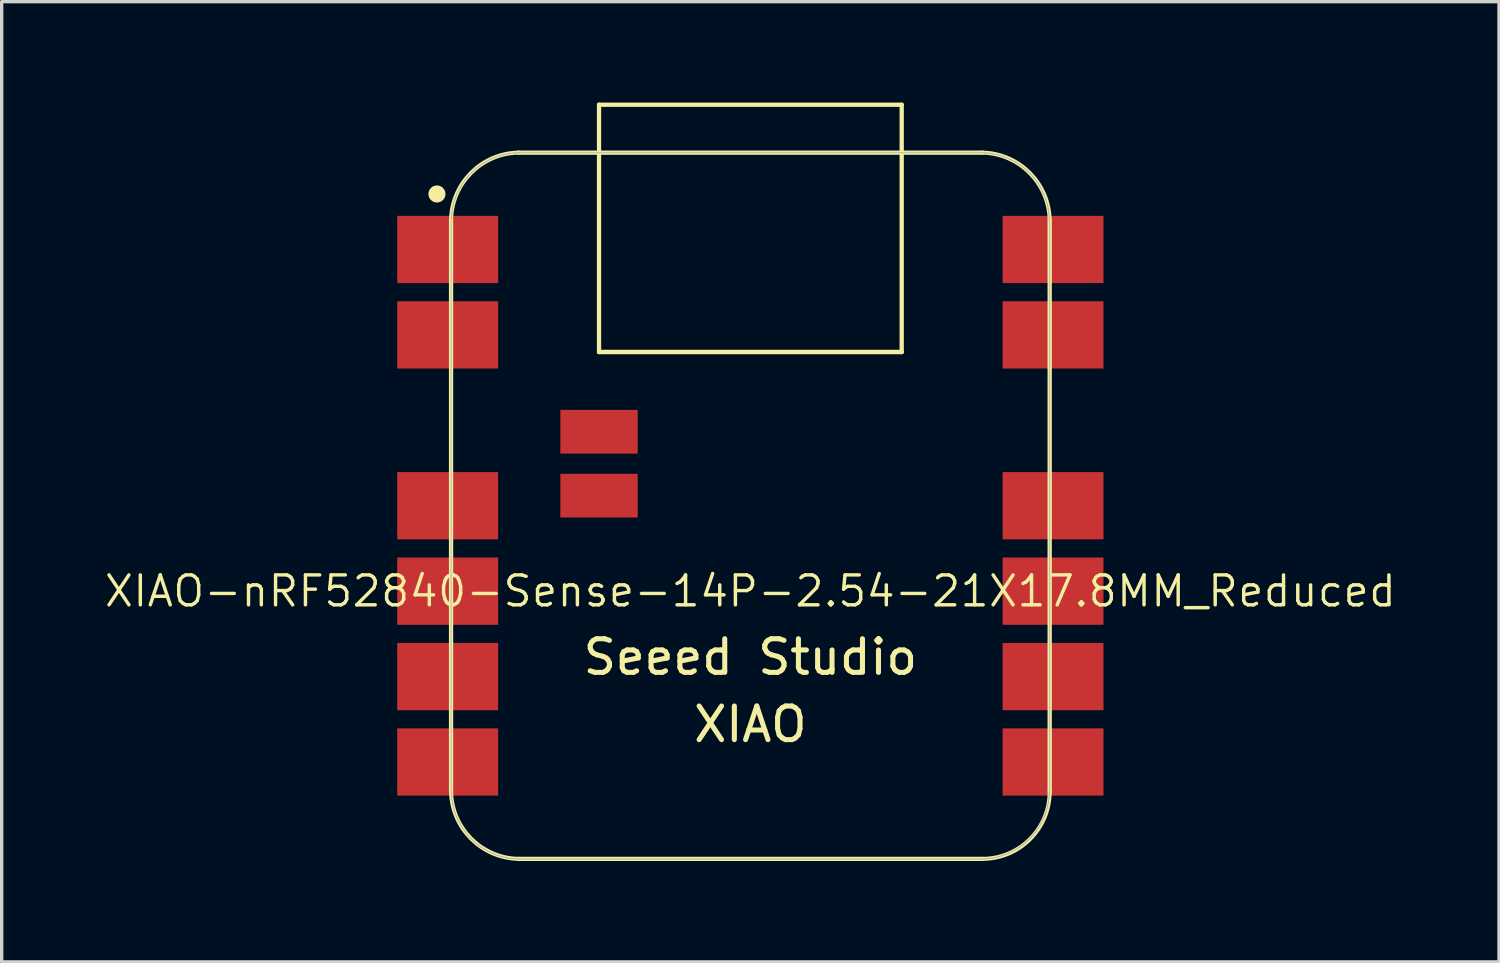
<source format=kicad_pcb>
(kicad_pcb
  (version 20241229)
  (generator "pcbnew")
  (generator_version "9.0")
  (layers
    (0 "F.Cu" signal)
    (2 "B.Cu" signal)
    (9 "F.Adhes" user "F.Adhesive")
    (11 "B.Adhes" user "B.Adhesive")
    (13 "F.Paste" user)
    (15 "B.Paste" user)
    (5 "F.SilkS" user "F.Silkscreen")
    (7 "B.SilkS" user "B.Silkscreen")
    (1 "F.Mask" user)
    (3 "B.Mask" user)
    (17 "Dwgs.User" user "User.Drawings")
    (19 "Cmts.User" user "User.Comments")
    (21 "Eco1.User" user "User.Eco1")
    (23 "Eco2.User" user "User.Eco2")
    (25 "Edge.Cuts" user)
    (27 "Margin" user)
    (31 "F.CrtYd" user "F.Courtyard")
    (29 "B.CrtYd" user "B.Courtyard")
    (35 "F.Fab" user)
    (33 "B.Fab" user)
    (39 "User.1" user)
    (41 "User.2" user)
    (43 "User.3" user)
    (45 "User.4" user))
  (footprint "XIAO-nRF52840-Sense-14P-2.54-21X17.8MM_Reduced"
    (layer "F.Cu")
    (at 19.262 11.988)
    (property "Reference" "XIAO-nRF52840-Sense-14P-2.54-21X17.8MM_Reduced" (at 0 2.54 0) (layer "F.SilkS") (effects (font (size 0.889 0.889) (thickness 0.102))))
    (attr smd)
    (fp_line (start -8.9 -8.5) (end -8.9 8.5) (stroke (width 0.127) (type solid)) (layer "F.SilkS"))
    (fp_line (start -6.9 10.5) (end 6.9 10.5) (stroke (width 0.127) (type solid)) (layer "F.SilkS"))
    (fp_line (start -4.5 -11.924) (end 4.5 -11.924) (stroke (width 0.127) (type solid)) (layer "F.SilkS"))
    (fp_line (start -4.5 -4.571) (end -4.5 -11.924) (stroke (width 0.127) (type solid)) (layer "F.SilkS"))
    (fp_line (start 4.5 -11.924) (end 4.5 -4.571) (stroke (width 0.127) (type solid)) (layer "F.SilkS"))
    (fp_line (start 4.5 -4.571) (end -4.5 -4.571) (stroke (width 0.127) (type solid)) (layer "F.SilkS"))
    (fp_line (start 4.5 -4.571) (end -4.5 -4.571) (stroke (width 0.127) (type solid)) (layer "F.SilkS"))
    (fp_line (start 6.9 -10.499) (end -6.9 -10.499) (stroke (width 0.127) (type solid)) (layer "F.SilkS"))
    (fp_line (start 8.9 8.5) (end 8.9 -8.5) (stroke (width 0.127) (type solid)) (layer "F.SilkS"))
    (fp_arc (start -8.9 -8.5) (mid -8.301491 -9.901491) (end -6.9 -10.5) (stroke (width 0.12) (type solid)) (layer "F.SilkS"))
    (fp_arc (start -6.9 10.5) (mid -8.301423 9.901423) (end -8.9 8.5) (stroke (width 0.12) (type solid)) (layer "F.SilkS"))
    (fp_arc (start 6.9 -10.5) (mid 8.301491 -9.901491) (end 8.9 -8.5) (stroke (width 0.12) (type solid)) (layer "F.SilkS"))
    (fp_arc (start 8.9 8.5) (mid 8.314214 9.914214) (end 6.9 10.5) (stroke (width 0.12) (type solid)) (layer "F.SilkS"))
    (fp_circle (center -9.32 -9.27) (end -9.32 -9.524) (stroke (width 0) (type solid)) (fill yes) (layer "F.SilkS"))
    (fp_poly (pts (xy -8.888 -8.562) (xy -8.885 -8.61) (xy -8.881 -8.659)) (stroke (width 0.025) (type solid)) (fill no) (layer "F.SilkS"))
    (fp_poly (pts (xy 8.889 8.522) (xy 8.888 8.571) (xy 8.885 8.62) (xy 8.881 8.669) (xy 8.875 8.717) (xy 8.869 8.766) (xy 8.861 8.815) (xy 8.852 8.863) (xy 8.842 8.911)) (stroke (width 0.025) (type solid)) (fill no) (layer "F.SilkS"))
    (fp_line (start -8.9 -8.463) (end -8.9 8.473) (stroke (width 0.025) (type solid)) (layer "F.Fab"))
    (fp_line (start -8.89 8.473) (end -8.889 8.522) (stroke (width 0.025) (type solid)) (layer "F.Fab"))
    (fp_line (start -8.889 8.522) (end -8.888 8.571) (stroke (width 0.025) (type solid)) (layer "F.Fab"))
    (fp_line (start -8.888 -8.562) (end -8.889 -8.512) (stroke (width 0.025) (type solid)) (layer "F.Fab"))
    (fp_line (start -8.888 8.571) (end -8.885 8.62) (stroke (width 0.025) (type solid)) (layer "F.Fab"))
    (fp_line (start -8.885 -8.61) (end -8.888 -8.562) (stroke (width 0.025) (type solid)) (layer "F.Fab"))
    (fp_line (start -8.885 8.62) (end -8.881 8.669) (stroke (width 0.025) (type solid)) (layer "F.Fab"))
    (fp_line (start -8.881 -8.659) (end -8.885 -8.61) (stroke (width 0.025) (type solid)) (layer "F.Fab"))
    (fp_line (start -8.881 8.669) (end -8.875 8.717) (stroke (width 0.025) (type solid)) (layer "F.Fab"))
    (fp_line (start -8.875 -8.708) (end -8.881 -8.659) (stroke (width 0.025) (type solid)) (layer "F.Fab"))
    (fp_line (start -8.875 8.717) (end -8.869 8.766) (stroke (width 0.025) (type solid)) (layer "F.Fab"))
    (fp_line (start -8.869 -8.757) (end -8.875 -8.708) (stroke (width 0.025) (type solid)) (layer "F.Fab"))
    (fp_line (start -8.869 8.766) (end -8.861 8.815) (stroke (width 0.025) (type solid)) (layer "F.Fab"))
    (fp_line (start -8.861 -8.806) (end -8.869 -8.757) (stroke (width 0.025) (type solid)) (layer "F.Fab"))
    (fp_line (start -8.861 8.815) (end -8.852 8.863) (stroke (width 0.025) (type solid)) (layer "F.Fab"))
    (fp_line (start -8.852 -8.854) (end -8.861 -8.806) (stroke (width 0.025) (type solid)) (layer "F.Fab"))
    (fp_line (start -8.852 8.863) (end -8.842 8.911) (stroke (width 0.025) (type solid)) (layer "F.Fab"))
    (fp_line (start -8.842 -8.902) (end -8.852 -8.854) (stroke (width 0.025) (type solid)) (layer "F.Fab"))
    (fp_line (start -8.842 8.911) (end -8.831 8.959) (stroke (width 0.025) (type solid)) (layer "F.Fab"))
    (fp_line (start -8.831 -8.95) (end -8.842 -8.902) (stroke (width 0.025) (type solid)) (layer "F.Fab"))
    (fp_line (start -8.831 8.959) (end -8.819 9.006) (stroke (width 0.025) (type solid)) (layer "F.Fab"))
    (fp_line (start -8.819 -8.997) (end -8.831 -8.95) (stroke (width 0.025) (type solid)) (layer "F.Fab"))
    (fp_line (start -8.819 9.006) (end -8.805 9.054) (stroke (width 0.025) (type solid)) (layer "F.Fab"))
    (fp_line (start -8.805 -9.045) (end -8.819 -8.997) (stroke (width 0.025) (type solid)) (layer "F.Fab"))
    (fp_line (start -8.805 9.054) (end -8.79 9.1) (stroke (width 0.025) (type solid)) (layer "F.Fab"))
    (fp_line (start -8.79 -9.091) (end -8.805 -9.045) (stroke (width 0.025) (type solid)) (layer "F.Fab"))
    (fp_line (start -8.79 9.1) (end -8.775 9.147) (stroke (width 0.025) (type solid)) (layer "F.Fab"))
    (fp_line (start -8.775 -9.138) (end -8.79 -9.091) (stroke (width 0.025) (type solid)) (layer "F.Fab"))
    (fp_line (start -8.775 9.147) (end -8.758 9.193) (stroke (width 0.025) (type solid)) (layer "F.Fab"))
    (fp_line (start -8.758 -9.184) (end -8.775 -9.138) (stroke (width 0.025) (type solid)) (layer "F.Fab"))
    (fp_line (start -8.758 9.193) (end -8.74 9.239) (stroke (width 0.025) (type solid)) (layer "F.Fab"))
    (fp_line (start -8.74 -9.23) (end -8.758 -9.184) (stroke (width 0.025) (type solid)) (layer "F.Fab"))
    (fp_line (start -8.74 9.239) (end -8.721 9.284) (stroke (width 0.025) (type solid)) (layer "F.Fab"))
    (fp_line (start -8.721 -9.275) (end -8.74 -9.23) (stroke (width 0.025) (type solid)) (layer "F.Fab"))
    (fp_line (start -8.721 9.284) (end -8.701 9.329) (stroke (width 0.025) (type solid)) (layer "F.Fab"))
    (fp_line (start -8.701 -9.32) (end -8.721 -9.275) (stroke (width 0.025) (type solid)) (layer "F.Fab"))
    (fp_line (start -8.701 9.329) (end -8.679 9.373) (stroke (width 0.025) (type solid)) (layer "F.Fab"))
    (fp_line (start -8.679 -9.364) (end -8.701 -9.32) (stroke (width 0.025) (type solid)) (layer "F.Fab"))
    (fp_line (start -8.679 9.373) (end -8.657 9.417) (stroke (width 0.025) (type solid)) (layer "F.Fab"))
    (fp_line (start -8.657 -9.408) (end -8.679 -9.364) (stroke (width 0.025) (type solid)) (layer "F.Fab"))
    (fp_line (start -8.657 9.417) (end -8.634 9.46) (stroke (width 0.025) (type solid)) (layer "F.Fab"))
    (fp_line (start -8.634 -9.451) (end -8.657 -9.408) (stroke (width 0.025) (type solid)) (layer "F.Fab"))
    (fp_line (start -8.634 9.46) (end -8.61 9.503) (stroke (width 0.025) (type solid)) (layer "F.Fab"))
    (fp_line (start -8.61 -9.494) (end -8.634 -9.451) (stroke (width 0.025) (type solid)) (layer "F.Fab"))
    (fp_line (start -8.61 9.503) (end -8.584 9.545) (stroke (width 0.025) (type solid)) (layer "F.Fab"))
    (fp_line (start -8.584 -9.536) (end -8.61 -9.494) (stroke (width 0.025) (type solid)) (layer "F.Fab"))
    (fp_line (start -8.584 9.545) (end -8.558 9.586) (stroke (width 0.025) (type solid)) (layer "F.Fab"))
    (fp_line (start -8.558 -9.577) (end -8.584 -9.536) (stroke (width 0.025) (type solid)) (layer "F.Fab"))
    (fp_line (start -8.558 9.586) (end -8.53 9.627) (stroke (width 0.025) (type solid)) (layer "F.Fab"))
    (fp_line (start -8.53 -9.618) (end -8.558 -9.577) (stroke (width 0.025) (type solid)) (layer "F.Fab"))
    (fp_line (start -8.53 9.627) (end -8.502 9.667) (stroke (width 0.025) (type solid)) (layer "F.Fab"))
    (fp_line (start -8.502 -9.658) (end -8.53 -9.618) (stroke (width 0.025) (type solid)) (layer "F.Fab"))
    (fp_line (start -8.502 9.667) (end -8.473 9.706) (stroke (width 0.025) (type solid)) (layer "F.Fab"))
    (fp_line (start -8.473 -9.697) (end -8.502 -9.658) (stroke (width 0.025) (type solid)) (layer "F.Fab"))
    (fp_line (start -8.473 9.706) (end -8.442 9.745) (stroke (width 0.025) (type solid)) (layer "F.Fab"))
    (fp_line (start -8.442 -9.736) (end -8.473 -9.697) (stroke (width 0.025) (type solid)) (layer "F.Fab"))
    (fp_line (start -8.442 9.745) (end -8.411 9.783) (stroke (width 0.025) (type solid)) (layer "F.Fab"))
    (fp_line (start -8.411 -9.774) (end -8.442 -9.736) (stroke (width 0.025) (type solid)) (layer "F.Fab"))
    (fp_line (start -8.411 9.783) (end -8.379 9.82) (stroke (width 0.025) (type solid)) (layer "F.Fab"))
    (fp_line (start -8.379 -9.811) (end -8.411 -9.774) (stroke (width 0.025) (type solid)) (layer "F.Fab"))
    (fp_line (start -8.379 9.82) (end -8.346 9.856) (stroke (width 0.025) (type solid)) (layer "F.Fab"))
    (fp_line (start -8.346 -9.847) (end -8.379 -9.811) (stroke (width 0.025) (type solid)) (layer "F.Fab"))
    (fp_line (start -8.346 9.856) (end -8.312 9.892) (stroke (width 0.025) (type solid)) (layer "F.Fab"))
    (fp_line (start -8.312 -9.883) (end -8.346 -9.847) (stroke (width 0.025) (type solid)) (layer "F.Fab"))
    (fp_line (start -8.312 9.892) (end -8.277 9.927) (stroke (width 0.025) (type solid)) (layer "F.Fab"))
    (fp_line (start -8.277 -9.918) (end -8.312 -9.883) (stroke (width 0.025) (type solid)) (layer "F.Fab"))
    (fp_line (start -8.277 9.927) (end -8.242 9.96) (stroke (width 0.025) (type solid)) (layer "F.Fab"))
    (fp_line (start -8.242 -9.951) (end -8.277 -9.918) (stroke (width 0.025) (type solid)) (layer "F.Fab"))
    (fp_line (start -8.242 9.96) (end -8.205 9.994) (stroke (width 0.025) (type solid)) (layer "F.Fab"))
    (fp_line (start -8.205 -9.984) (end -8.242 -9.951) (stroke (width 0.025) (type solid)) (layer "F.Fab"))
    (fp_line (start -8.205 9.994) (end -8.168 10.026) (stroke (width 0.025) (type solid)) (layer "F.Fab"))
    (fp_line (start -8.168 -10.017) (end -8.205 -9.984) (stroke (width 0.025) (type solid)) (layer "F.Fab"))
    (fp_line (start -8.168 10.026) (end -8.13 10.057) (stroke (width 0.025) (type solid)) (layer "F.Fab"))
    (fp_line (start -8.13 -10.048) (end -8.168 -10.017) (stroke (width 0.025) (type solid)) (layer "F.Fab"))
    (fp_line (start -8.13 10.057) (end -8.092 10.087) (stroke (width 0.025) (type solid)) (layer "F.Fab"))
    (fp_line (start -8.092 -10.078) (end -8.13 -10.048) (stroke (width 0.025) (type solid)) (layer "F.Fab"))
    (fp_line (start -8.092 10.087) (end -8.052 10.116) (stroke (width 0.025) (type solid)) (layer "F.Fab"))
    (fp_line (start -8.052 -10.107) (end -8.092 -10.078) (stroke (width 0.025) (type solid)) (layer "F.Fab"))
    (fp_line (start -8.052 10.116) (end -8.012 10.145) (stroke (width 0.025) (type solid)) (layer "F.Fab"))
    (fp_line (start -8.012 -10.136) (end -8.052 -10.107) (stroke (width 0.025) (type solid)) (layer "F.Fab"))
    (fp_line (start -8.012 10.145) (end -7.972 10.172) (stroke (width 0.025) (type solid)) (layer "F.Fab"))
    (fp_line (start -7.972 -10.163) (end -8.012 -10.136) (stroke (width 0.025) (type solid)) (layer "F.Fab"))
    (fp_line (start -7.972 10.172) (end -7.93 10.199) (stroke (width 0.025) (type solid)) (layer "F.Fab"))
    (fp_line (start -7.93 -10.19) (end -7.972 -10.163) (stroke (width 0.025) (type solid)) (layer "F.Fab"))
    (fp_line (start -7.93 10.199) (end -7.888 10.224) (stroke (width 0.025) (type solid)) (layer "F.Fab"))
    (fp_line (start -7.888 -10.215) (end -7.93 -10.19) (stroke (width 0.025) (type solid)) (layer "F.Fab"))
    (fp_line (start -7.888 10.224) (end -7.846 10.249) (stroke (width 0.025) (type solid)) (layer "F.Fab"))
    (fp_line (start -7.846 -10.239) (end -7.888 -10.215) (stroke (width 0.025) (type solid)) (layer "F.Fab"))
    (fp_line (start -7.846 10.249) (end -7.802 10.272) (stroke (width 0.025) (type solid)) (layer "F.Fab"))
    (fp_line (start -7.802 -10.263) (end -7.846 -10.239) (stroke (width 0.025) (type solid)) (layer "F.Fab"))
    (fp_line (start -7.802 10.272) (end -7.759 10.294) (stroke (width 0.025) (type solid)) (layer "F.Fab"))
    (fp_line (start -7.759 -10.285) (end -7.802 -10.263) (stroke (width 0.025) (type solid)) (layer "F.Fab"))
    (fp_line (start -7.759 10.294) (end -7.714 10.315) (stroke (width 0.025) (type solid)) (layer "F.Fab"))
    (fp_line (start -7.714 -10.306) (end -7.759 -10.285) (stroke (width 0.025) (type solid)) (layer "F.Fab"))
    (fp_line (start -7.714 10.315) (end -7.67 10.335) (stroke (width 0.025) (type solid)) (layer "F.Fab"))
    (fp_line (start -7.67 -10.326) (end -7.714 -10.306) (stroke (width 0.025) (type solid)) (layer "F.Fab"))
    (fp_line (start -7.67 10.335) (end -7.624 10.354) (stroke (width 0.025) (type solid)) (layer "F.Fab"))
    (fp_line (start -7.624 -10.345) (end -7.67 -10.326) (stroke (width 0.025) (type solid)) (layer "F.Fab"))
    (fp_line (start -7.624 10.354) (end -7.579 10.372) (stroke (width 0.025) (type solid)) (layer "F.Fab"))
    (fp_line (start -7.579 -10.363) (end -7.624 -10.345) (stroke (width 0.025) (type solid)) (layer "F.Fab"))
    (fp_line (start -7.579 10.372) (end -7.532 10.389) (stroke (width 0.025) (type solid)) (layer "F.Fab"))
    (fp_line (start -7.532 -10.38) (end -7.579 -10.363) (stroke (width 0.025) (type solid)) (layer "F.Fab"))
    (fp_line (start -7.532 10.389) (end -7.486 10.405) (stroke (width 0.025) (type solid)) (layer "F.Fab"))
    (fp_line (start -7.486 -10.396) (end -7.532 -10.38) (stroke (width 0.025) (type solid)) (layer "F.Fab"))
    (fp_line (start -7.486 10.405) (end -7.439 10.42) (stroke (width 0.025) (type solid)) (layer "F.Fab"))
    (fp_line (start -7.439 -10.411) (end -7.486 -10.396) (stroke (width 0.025) (type solid)) (layer "F.Fab"))
    (fp_line (start -7.439 10.42) (end -7.392 10.433) (stroke (width 0.025) (type solid)) (layer "F.Fab"))
    (fp_line (start -7.392 -10.424) (end -7.439 -10.411) (stroke (width 0.025) (type solid)) (layer "F.Fab"))
    (fp_line (start -7.392 10.433) (end -7.344 10.446) (stroke (width 0.025) (type solid)) (layer "F.Fab"))
    (fp_line (start -7.344 -10.436) (end -7.392 -10.424) (stroke (width 0.025) (type solid)) (layer "F.Fab"))
    (fp_line (start -7.344 10.446) (end -7.296 10.457) (stroke (width 0.025) (type solid)) (layer "F.Fab"))
    (fp_line (start -7.296 -10.448) (end -7.344 -10.436) (stroke (width 0.025) (type solid)) (layer "F.Fab"))
    (fp_line (start -7.296 10.457) (end -7.248 10.467) (stroke (width 0.025) (type solid)) (layer "F.Fab"))
    (fp_line (start -7.248 -10.458) (end -7.296 -10.448) (stroke (width 0.025) (type solid)) (layer "F.Fab"))
    (fp_line (start -7.248 10.467) (end -7.2 10.476) (stroke (width 0.025) (type solid)) (layer "F.Fab"))
    (fp_line (start -7.2 -10.466) (end -7.248 -10.458) (stroke (width 0.025) (type solid)) (layer "F.Fab"))
    (fp_line (start -7.2 10.476) (end -7.152 10.483) (stroke (width 0.025) (type solid)) (layer "F.Fab"))
    (fp_line (start -7.152 -10.474) (end -7.2 -10.466) (stroke (width 0.025) (type solid)) (layer "F.Fab"))
    (fp_line (start -7.152 10.483) (end -7.103 10.49) (stroke (width 0.025) (type solid)) (layer "F.Fab"))
    (fp_line (start -7.103 -10.481) (end -7.152 -10.474) (stroke (width 0.025) (type solid)) (layer "F.Fab"))
    (fp_line (start -7.103 10.49) (end -7.054 10.495) (stroke (width 0.025) (type solid)) (layer "F.Fab"))
    (fp_line (start -7.054 -10.486) (end -7.103 -10.481) (stroke (width 0.025) (type solid)) (layer "F.Fab"))
    (fp_line (start -7.054 10.495) (end -7.005 10.499) (stroke (width 0.025) (type solid)) (layer "F.Fab"))
    (fp_line (start -7.005 -10.49) (end -7.054 -10.486) (stroke (width 0.025) (type solid)) (layer "F.Fab"))
    (fp_line (start -7.005 10.499) (end -6.956 10.502) (stroke (width 0.025) (type solid)) (layer "F.Fab"))
    (fp_line (start -6.956 -10.493) (end -7.005 -10.49) (stroke (width 0.025) (type solid)) (layer "F.Fab"))
    (fp_line (start -6.956 10.502) (end -6.907 10.504) (stroke (width 0.025) (type solid)) (layer "F.Fab"))
    (fp_line (start -6.907 -10.495) (end -6.956 -10.493) (stroke (width 0.025) (type solid)) (layer "F.Fab"))
    (fp_line (start -6.907 10.504) (end -6.858 10.505) (stroke (width 0.025) (type solid)) (layer "F.Fab"))
    (fp_line (start -6.858 -10.495) (end -6.907 -10.495) (stroke (width 0.025) (type solid)) (layer "F.Fab"))
    (fp_line (start -6.858 10.505) (end 6.858 10.505) (stroke (width 0.025) (type solid)) (layer "F.Fab"))
    (fp_line (start 6.858 -10.495) (end -6.858 -10.495) (stroke (width 0.025) (type solid)) (layer "F.Fab"))
    (fp_line (start 6.858 10.505) (end 6.907 10.504) (stroke (width 0.025) (type solid)) (layer "F.Fab"))
    (fp_line (start 6.907 -10.495) (end 6.858 -10.495) (stroke (width 0.025) (type solid)) (layer "F.Fab"))
    (fp_line (start 6.907 10.504) (end 6.956 10.502) (stroke (width 0.025) (type solid)) (layer "F.Fab"))
    (fp_line (start 6.956 -10.493) (end 6.907 -10.495) (stroke (width 0.025) (type solid)) (layer "F.Fab"))
    (fp_line (start 6.956 10.502) (end 7.005 10.499) (stroke (width 0.025) (type solid)) (layer "F.Fab"))
    (fp_line (start 7.005 -10.49) (end 6.956 -10.493) (stroke (width 0.025) (type solid)) (layer "F.Fab"))
    (fp_line (start 7.005 10.499) (end 7.054 10.495) (stroke (width 0.025) (type solid)) (layer "F.Fab"))
    (fp_line (start 7.054 -10.486) (end 7.005 -10.49) (stroke (width 0.025) (type solid)) (layer "F.Fab"))
    (fp_line (start 7.054 10.495) (end 7.103 10.49) (stroke (width 0.025) (type solid)) (layer "F.Fab"))
    (fp_line (start 7.103 -10.481) (end 7.054 -10.486) (stroke (width 0.025) (type solid)) (layer "F.Fab"))
    (fp_line (start 7.103 10.49) (end 7.152 10.483) (stroke (width 0.025) (type solid)) (layer "F.Fab"))
    (fp_line (start 7.152 -10.474) (end 7.103 -10.481) (stroke (width 0.025) (type solid)) (layer "F.Fab"))
    (fp_line (start 7.152 10.483) (end 7.2 10.476) (stroke (width 0.025) (type solid)) (layer "F.Fab"))
    (fp_line (start 7.2 -10.466) (end 7.152 -10.474) (stroke (width 0.025) (type solid)) (layer "F.Fab"))
    (fp_line (start 7.2 10.476) (end 7.248 10.467) (stroke (width 0.025) (type solid)) (layer "F.Fab"))
    (fp_line (start 7.248 -10.458) (end 7.2 -10.466) (stroke (width 0.025) (type solid)) (layer "F.Fab"))
    (fp_line (start 7.248 10.467) (end 7.296 10.457) (stroke (width 0.025) (type solid)) (layer "F.Fab"))
    (fp_line (start 7.296 -10.448) (end 7.248 -10.458) (stroke (width 0.025) (type solid)) (layer "F.Fab"))
    (fp_line (start 7.296 10.457) (end 7.344 10.446) (stroke (width 0.025) (type solid)) (layer "F.Fab"))
    (fp_line (start 7.344 -10.436) (end 7.296 -10.448) (stroke (width 0.025) (type solid)) (layer "F.Fab"))
    (fp_line (start 7.344 10.446) (end 7.392 10.433) (stroke (width 0.025) (type solid)) (layer "F.Fab"))
    (fp_line (start 7.392 -10.424) (end 7.344 -10.436) (stroke (width 0.025) (type solid)) (layer "F.Fab"))
    (fp_line (start 7.392 10.433) (end 7.439 10.42) (stroke (width 0.025) (type solid)) (layer "F.Fab"))
    (fp_line (start 7.439 -10.411) (end 7.392 -10.424) (stroke (width 0.025) (type solid)) (layer "F.Fab"))
    (fp_line (start 7.439 10.42) (end 7.486 10.405) (stroke (width 0.025) (type solid)) (layer "F.Fab"))
    (fp_line (start 7.486 -10.396) (end 7.439 -10.411) (stroke (width 0.025) (type solid)) (layer "F.Fab"))
    (fp_line (start 7.486 10.405) (end 7.532 10.389) (stroke (width 0.025) (type solid)) (layer "F.Fab"))
    (fp_line (start 7.532 -10.38) (end 7.486 -10.396) (stroke (width 0.025) (type solid)) (layer "F.Fab"))
    (fp_line (start 7.532 10.389) (end 7.579 10.372) (stroke (width 0.025) (type solid)) (layer "F.Fab"))
    (fp_line (start 7.579 -10.363) (end 7.532 -10.38) (stroke (width 0.025) (type solid)) (layer "F.Fab"))
    (fp_line (start 7.579 10.372) (end 7.624 10.354) (stroke (width 0.025) (type solid)) (layer "F.Fab"))
    (fp_line (start 7.624 -10.345) (end 7.579 -10.363) (stroke (width 0.025) (type solid)) (layer "F.Fab"))
    (fp_line (start 7.624 10.354) (end 7.67 10.335) (stroke (width 0.025) (type solid)) (layer "F.Fab"))
    (fp_line (start 7.67 -10.326) (end 7.624 -10.345) (stroke (width 0.025) (type solid)) (layer "F.Fab"))
    (fp_line (start 7.67 10.335) (end 7.714 10.315) (stroke (width 0.025) (type solid)) (layer "F.Fab"))
    (fp_line (start 7.714 -10.306) (end 7.67 -10.326) (stroke (width 0.025) (type solid)) (layer "F.Fab"))
    (fp_line (start 7.714 10.315) (end 7.759 10.294) (stroke (width 0.025) (type solid)) (layer "F.Fab"))
    (fp_line (start 7.759 -10.285) (end 7.714 -10.306) (stroke (width 0.025) (type solid)) (layer "F.Fab"))
    (fp_line (start 7.759 10.294) (end 7.802 10.272) (stroke (width 0.025) (type solid)) (layer "F.Fab"))
    (fp_line (start 7.802 -10.263) (end 7.759 -10.285) (stroke (width 0.025) (type solid)) (layer "F.Fab"))
    (fp_line (start 7.802 10.272) (end 7.846 10.249) (stroke (width 0.025) (type solid)) (layer "F.Fab"))
    (fp_line (start 7.846 -10.239) (end 7.802 -10.263) (stroke (width 0.025) (type solid)) (layer "F.Fab"))
    (fp_line (start 7.846 10.249) (end 7.888 10.224) (stroke (width 0.025) (type solid)) (layer "F.Fab"))
    (fp_line (start 7.888 -10.215) (end 7.846 -10.239) (stroke (width 0.025) (type solid)) (layer "F.Fab"))
    (fp_line (start 7.888 10.224) (end 7.93 10.199) (stroke (width 0.025) (type solid)) (layer "F.Fab"))
    (fp_line (start 7.93 -10.19) (end 7.888 -10.215) (stroke (width 0.025) (type solid)) (layer "F.Fab"))
    (fp_line (start 7.93 10.199) (end 7.972 10.172) (stroke (width 0.025) (type solid)) (layer "F.Fab"))
    (fp_line (start 7.972 -10.163) (end 7.93 -10.19) (stroke (width 0.025) (type solid)) (layer "F.Fab"))
    (fp_line (start 7.972 10.172) (end 8.012 10.145) (stroke (width 0.025) (type solid)) (layer "F.Fab"))
    (fp_line (start 8.012 -10.136) (end 7.972 -10.163) (stroke (width 0.025) (type solid)) (layer "F.Fab"))
    (fp_line (start 8.012 10.145) (end 8.052 10.116) (stroke (width 0.025) (type solid)) (layer "F.Fab"))
    (fp_line (start 8.052 -10.107) (end 8.012 -10.136) (stroke (width 0.025) (type solid)) (layer "F.Fab"))
    (fp_line (start 8.052 10.116) (end 8.092 10.087) (stroke (width 0.025) (type solid)) (layer "F.Fab"))
    (fp_line (start 8.092 -10.078) (end 8.052 -10.107) (stroke (width 0.025) (type solid)) (layer "F.Fab"))
    (fp_line (start 8.092 10.087) (end 8.13 10.057) (stroke (width 0.025) (type solid)) (layer "F.Fab"))
    (fp_line (start 8.13 -10.048) (end 8.092 -10.078) (stroke (width 0.025) (type solid)) (layer "F.Fab"))
    (fp_line (start 8.13 10.057) (end 8.168 10.026) (stroke (width 0.025) (type solid)) (layer "F.Fab"))
    (fp_line (start 8.168 -10.017) (end 8.13 -10.048) (stroke (width 0.025) (type solid)) (layer "F.Fab"))
    (fp_line (start 8.168 10.026) (end 8.205 9.994) (stroke (width 0.025) (type solid)) (layer "F.Fab"))
    (fp_line (start 8.205 -9.984) (end 8.168 -10.017) (stroke (width 0.025) (type solid)) (layer "F.Fab"))
    (fp_line (start 8.205 9.994) (end 8.242 9.96) (stroke (width 0.025) (type solid)) (layer "F.Fab"))
    (fp_line (start 8.242 -9.951) (end 8.205 -9.984) (stroke (width 0.025) (type solid)) (layer "F.Fab"))
    (fp_line (start 8.242 9.96) (end 8.277 9.927) (stroke (width 0.025) (type solid)) (layer "F.Fab"))
    (fp_line (start 8.277 -9.918) (end 8.242 -9.951) (stroke (width 0.025) (type solid)) (layer "F.Fab"))
    (fp_line (start 8.277 9.927) (end 8.312 9.892) (stroke (width 0.025) (type solid)) (layer "F.Fab"))
    (fp_line (start 8.312 -9.883) (end 8.277 -9.918) (stroke (width 0.025) (type solid)) (layer "F.Fab"))
    (fp_line (start 8.312 9.892) (end 8.346 9.856) (stroke (width 0.025) (type solid)) (layer "F.Fab"))
    (fp_line (start 8.346 -9.847) (end 8.312 -9.883) (stroke (width 0.025) (type solid)) (layer "F.Fab"))
    (fp_line (start 8.346 9.856) (end 8.379 9.82) (stroke (width 0.025) (type solid)) (layer "F.Fab"))
    (fp_line (start 8.379 -9.811) (end 8.346 -9.847) (stroke (width 0.025) (type solid)) (layer "F.Fab"))
    (fp_line (start 8.379 9.82) (end 8.411 9.783) (stroke (width 0.025) (type solid)) (layer "F.Fab"))
    (fp_line (start 8.411 -9.774) (end 8.379 -9.811) (stroke (width 0.025) (type solid)) (layer "F.Fab"))
    (fp_line (start 8.411 9.783) (end 8.442 9.745) (stroke (width 0.025) (type solid)) (layer "F.Fab"))
    (fp_line (start 8.442 -9.736) (end 8.411 -9.774) (stroke (width 0.025) (type solid)) (layer "F.Fab"))
    (fp_line (start 8.442 9.745) (end 8.473 9.706) (stroke (width 0.025) (type solid)) (layer "F.Fab"))
    (fp_line (start 8.473 -9.697) (end 8.442 -9.736) (stroke (width 0.025) (type solid)) (layer "F.Fab"))
    (fp_line (start 8.473 9.706) (end 8.502 9.667) (stroke (width 0.025) (type solid)) (layer "F.Fab"))
    (fp_line (start 8.502 -9.658) (end 8.473 -9.697) (stroke (width 0.025) (type solid)) (layer "F.Fab"))
    (fp_line (start 8.502 9.667) (end 8.53 9.627) (stroke (width 0.025) (type solid)) (layer "F.Fab"))
    (fp_line (start 8.53 -9.618) (end 8.502 -9.658) (stroke (width 0.025) (type solid)) (layer "F.Fab"))
    (fp_line (start 8.53 9.627) (end 8.558 9.586) (stroke (width 0.025) (type solid)) (layer "F.Fab"))
    (fp_line (start 8.558 -9.577) (end 8.53 -9.618) (stroke (width 0.025) (type solid)) (layer "F.Fab"))
    (fp_line (start 8.558 9.586) (end 8.584 9.545) (stroke (width 0.025) (type solid)) (layer "F.Fab"))
    (fp_line (start 8.584 -9.536) (end 8.558 -9.577) (stroke (width 0.025) (type solid)) (layer "F.Fab"))
    (fp_line (start 8.584 9.545) (end 8.61 9.503) (stroke (width 0.025) (type solid)) (layer "F.Fab"))
    (fp_line (start 8.61 -9.494) (end 8.584 -9.536) (stroke (width 0.025) (type solid)) (layer "F.Fab"))
    (fp_line (start 8.61 9.503) (end 8.634 9.46) (stroke (width 0.025) (type solid)) (layer "F.Fab"))
    (fp_line (start 8.634 -9.451) (end 8.61 -9.494) (stroke (width 0.025) (type solid)) (layer "F.Fab"))
    (fp_line (start 8.634 9.46) (end 8.657 9.417) (stroke (width 0.025) (type solid)) (layer "F.Fab"))
    (fp_line (start 8.657 -9.408) (end 8.634 -9.451) (stroke (width 0.025) (type solid)) (layer "F.Fab"))
    (fp_line (start 8.657 9.417) (end 8.679 9.373) (stroke (width 0.025) (type solid)) (layer "F.Fab"))
    (fp_line (start 8.679 -9.364) (end 8.657 -9.408) (stroke (width 0.025) (type solid)) (layer "F.Fab"))
    (fp_line (start 8.679 9.373) (end 8.701 9.329) (stroke (width 0.025) (type solid)) (layer "F.Fab"))
    (fp_line (start 8.701 -9.32) (end 8.679 -9.364) (stroke (width 0.025) (type solid)) (layer "F.Fab"))
    (fp_line (start 8.701 9.329) (end 8.721 9.284) (stroke (width 0.025) (type solid)) (layer "F.Fab"))
    (fp_line (start 8.721 -9.275) (end 8.701 -9.32) (stroke (width 0.025) (type solid)) (layer "F.Fab"))
    (fp_line (start 8.721 9.284) (end 8.74 9.239) (stroke (width 0.025) (type solid)) (layer "F.Fab"))
    (fp_line (start 8.74 -9.23) (end 8.721 -9.275) (stroke (width 0.025) (type solid)) (layer "F.Fab"))
    (fp_line (start 8.74 9.239) (end 8.758 9.193) (stroke (width 0.025) (type solid)) (layer "F.Fab"))
    (fp_line (start 8.758 -9.184) (end 8.74 -9.23) (stroke (width 0.025) (type solid)) (layer "F.Fab"))
    (fp_line (start 8.758 9.193) (end 8.775 9.147) (stroke (width 0.025) (type solid)) (layer "F.Fab"))
    (fp_line (start 8.775 -9.138) (end 8.758 -9.184) (stroke (width 0.025) (type solid)) (layer "F.Fab"))
    (fp_line (start 8.775 9.147) (end 8.79 9.1) (stroke (width 0.025) (type solid)) (layer "F.Fab"))
    (fp_line (start 8.79 -9.091) (end 8.775 -9.138) (stroke (width 0.025) (type solid)) (layer "F.Fab"))
    (fp_line (start 8.79 9.1) (end 8.805 9.054) (stroke (width 0.025) (type solid)) (layer "F.Fab"))
    (fp_line (start 8.805 -9.045) (end 8.79 -9.091) (stroke (width 0.025) (type solid)) (layer "F.Fab"))
    (fp_line (start 8.805 9.054) (end 8.819 9.006) (stroke (width 0.025) (type solid)) (layer "F.Fab"))
    (fp_line (start 8.819 -8.997) (end 8.805 -9.045) (stroke (width 0.025) (type solid)) (layer "F.Fab"))
    (fp_line (start 8.819 9.006) (end 8.831 8.959) (stroke (width 0.025) (type solid)) (layer "F.Fab"))
    (fp_line (start 8.831 -8.95) (end 8.819 -8.997) (stroke (width 0.025) (type solid)) (layer "F.Fab"))
    (fp_line (start 8.831 8.959) (end 8.842 8.911) (stroke (width 0.025) (type solid)) (layer "F.Fab"))
    (fp_line (start 8.842 -8.902) (end 8.831 -8.95) (stroke (width 0.025) (type solid)) (layer "F.Fab"))
    (fp_line (start 8.842 8.911) (end 8.852 8.863) (stroke (width 0.025) (type solid)) (layer "F.Fab"))
    (fp_line (start 8.852 -8.854) (end 8.842 -8.902) (stroke (width 0.025) (type solid)) (layer "F.Fab"))
    (fp_line (start 8.852 8.863) (end 8.861 8.815) (stroke (width 0.025) (type solid)) (layer "F.Fab"))
    (fp_line (start 8.861 -8.806) (end 8.852 -8.854) (stroke (width 0.025) (type solid)) (layer "F.Fab"))
    (fp_line (start 8.861 8.815) (end 8.869 8.766) (stroke (width 0.025) (type solid)) (layer "F.Fab"))
    (fp_line (start 8.869 -8.757) (end 8.861 -8.806) (stroke (width 0.025) (type solid)) (layer "F.Fab"))
    (fp_line (start 8.869 8.766) (end 8.875 8.717) (stroke (width 0.025) (type solid)) (layer "F.Fab"))
    (fp_line (start 8.875 -8.708) (end 8.869 -8.757) (stroke (width 0.025) (type solid)) (layer "F.Fab"))
    (fp_line (start 8.875 8.717) (end 8.881 8.669) (stroke (width 0.025) (type solid)) (layer "F.Fab"))
    (fp_line (start 8.881 -8.659) (end 8.875 -8.708) (stroke (width 0.025) (type solid)) (layer "F.Fab"))
    (fp_line (start 8.881 8.669) (end 8.885 8.62) (stroke (width 0.025) (type solid)) (layer "F.Fab"))
    (fp_line (start 8.885 -8.61) (end 8.881 -8.659) (stroke (width 0.025) (type solid)) (layer "F.Fab"))
    (fp_line (start 8.885 8.62) (end 8.888 8.571) (stroke (width 0.025) (type solid)) (layer "F.Fab"))
    (fp_line (start 8.888 -8.562) (end 8.885 -8.61) (stroke (width 0.025) (type solid)) (layer "F.Fab"))
    (fp_line (start 8.888 8.571) (end 8.889 8.522) (stroke (width 0.025) (type solid)) (layer "F.Fab"))
    (fp_line (start 8.889 -8.512) (end 8.888 -8.562) (stroke (width 0.025) (type solid)) (layer "F.Fab"))
    (fp_line (start 8.889 8.522) (end 8.89 8.473) (stroke (width 0.025) (type solid)) (layer "F.Fab"))
    (fp_line (start 8.89 -8.463) (end 8.889 -8.512) (stroke (width 0.025) (type solid)) (layer "F.Fab"))
    (fp_line (start 8.9 8.473) (end 8.9 -8.463) (stroke (width 0.025) (type solid)) (layer "F.Fab"))
    (fp_text user "XIAO" (at 0 6.5 0) (unlocked yes) (layer "F.SilkS") (effects (font (size 1 1) (thickness 0.15))))
    (fp_text user "Seeed Studio" (at 0 4.5 0) (unlocked yes) (layer "F.SilkS") (effects (font (size 1 1) (thickness 0.15))))
    (pad "1" smd rect (at -9 -7.62) (size 3 2) (layers "F.Cu" "F.Mask" "F.Paste"))
    (pad "2" smd rect (at -9 -5.08) (size 3 2) (layers "F.Cu" "F.Mask" "F.Paste"))
    (pad "4" smd rect (at -9 0) (size 3 2) (layers "F.Cu" "F.Mask" "F.Paste"))
    (pad "5" smd rect (at -9 2.54) (size 3 2) (layers "F.Cu" "F.Mask" "F.Paste"))
    (pad "6" smd rect (at -9 5.08 180) (size 3 2) (layers "F.Cu" "F.Mask" "F.Paste"))
    (pad "7" smd rect (at -9 7.62) (size 3 2) (layers "F.Cu" "F.Mask" "F.Paste"))
    (pad "8" smd rect (at 9 7.62) (size 3 2) (layers "F.Cu" "F.Mask" "F.Paste"))
    (pad "9" smd rect (at 9 5.08) (size 3 2) (layers "F.Cu" "F.Mask" "F.Paste"))
    (pad "10" smd rect (at 9 2.54) (size 3 2) (layers "F.Cu" "F.Mask" "F.Paste"))
    (pad "11" smd rect (at 9 0) (size 3 2) (layers "F.Cu" "F.Mask" "F.Paste"))
    (pad "13" smd rect (at 9 -5.08) (size 3 2) (layers "F.Cu" "F.Mask" "F.Paste"))
    (pad "14" smd rect (at 9 -7.62) (size 3 2) (layers "F.Cu" "F.Mask" "F.Paste"))
    (pad "21" smd rect (at -4.5 -2.2 180) (size 2.3 1.3) (layers "F.Cu" "F.Mask" "F.Paste"))
    (pad "22" smd rect (at -4.5 -0.3 180) (size 2.3 1.3) (layers "F.Cu" "F.Mask" "F.Paste")))
  (gr_rect
    (start -3 -3)
    (end 41.523 25.551)
    (stroke (width 0.1) (type default))
    (fill no)
    (layer "Edge.Cuts")))
</source>
